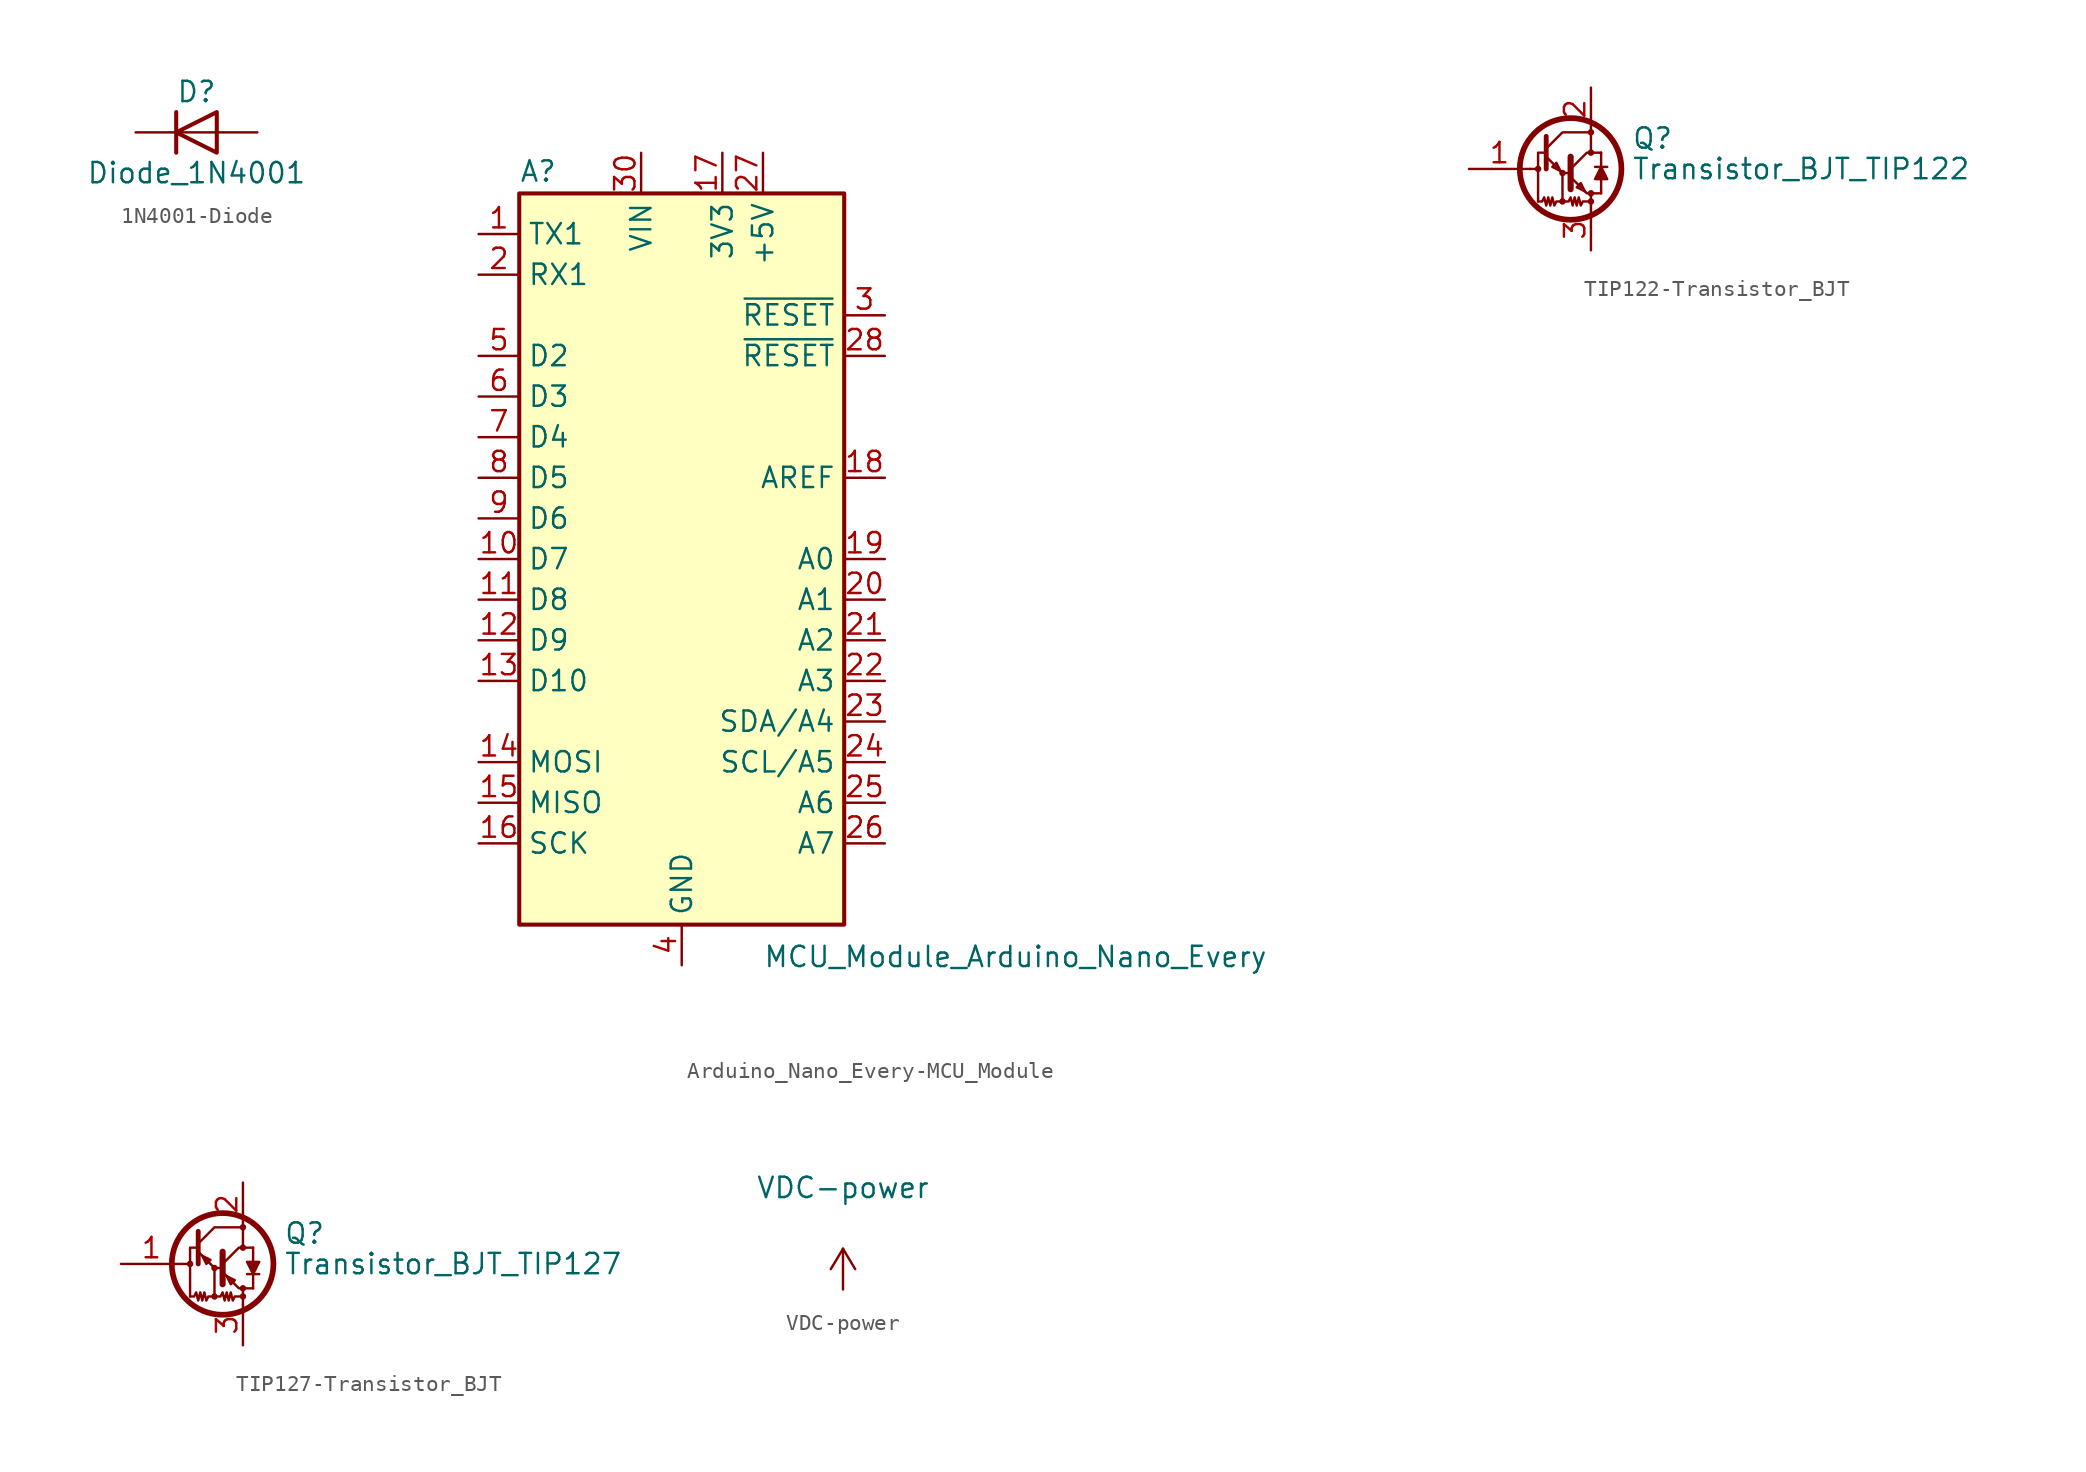
<source format=kicad_sym>
(kicad_symbol_lib
  (version 20220914)
  (generator kicad_symbol_editor)
  (symbol "1N4001-Diode"
    (pin_numbers hide)
    (pin_names
      (offset 1.016) hide)
    (property "Reference" "D"
      (at 0 2.54 0)
      (effects (font (size 1.27 1.27))))
    (property "Value" "Diode_1N4001"
      (at 0 -2.54 0)
      (effects (font (size 1.27 1.27))))
    (symbol "1N4001-Diode_0_1"
      (polyline (pts (xy -1.27 1.27) (xy -1.27 -1.27)) (stroke (width 0.254) (type solid)) (fill (type none)))
      (polyline (pts (xy 1.27 0) (xy -1.27 0)) (stroke (width 0) (type solid)) (fill (type none)))
      (polyline (pts (xy 1.27 1.27) (xy 1.27 -1.27) (xy -1.27 0) (xy 1.27 1.27)) (stroke (width 0.254) (type solid)) (fill (type none))))
    (symbol "1N4001-Diode_1_1"
      (pin passive line (at -3.81 0 0) (length 2.54) (name "K" (effects (font (size 1.27 1.27)))) (number "1" (effects (font (size 1.27 1.27)))))
      (pin passive line (at 3.81 0 180) (length 2.54) (name "A" (effects (font (size 1.27 1.27)))) (number "2" (effects (font (size 1.27 1.27)))))))
  (symbol "Arduino_Nano_Every-MCU_Module"
    (property "Reference" "A"
      (at -10.16 23.495 0)
      (effects (font (size 1.27 1.27)) (justify left bottom)))
    (property "Value" "MCU_Module_Arduino_Nano_Every"
      (at 5.08 -24.13 0)
      (effects (font (size 1.27 1.27)) (justify left top)))
    (symbol "Arduino_Nano_Every-MCU_Module_0_1"
      (rectangle (start -10.16 22.86) (end 10.16 -22.86) (stroke (width 0.254) (type solid)) (fill (type background))))
    (symbol "Arduino_Nano_Every-MCU_Module_1_1"
      (pin bidirectional line (at -12.7 20.32 0) (length 2.54) (name "TX1" (effects (font (size 1.27 1.27)))) (number "1" (effects (font (size 1.27 1.27)))))
      (pin bidirectional line (at -12.7 0 0) (length 2.54) (name "D7" (effects (font (size 1.27 1.27)))) (number "10" (effects (font (size 1.27 1.27)))))
      (pin bidirectional line (at -12.7 -2.54 0) (length 2.54) (name "D8" (effects (font (size 1.27 1.27)))) (number "11" (effects (font (size 1.27 1.27)))))
      (pin bidirectional line (at -12.7 -5.08 0) (length 2.54) (name "D9" (effects (font (size 1.27 1.27)))) (number "12" (effects (font (size 1.27 1.27)))))
      (pin bidirectional line (at -12.7 -7.62 0) (length 2.54) (name "D10" (effects (font (size 1.27 1.27)))) (number "13" (effects (font (size 1.27 1.27)))))
      (pin bidirectional line (at -12.7 -12.7 0) (length 2.54) (name "MOSI" (effects (font (size 1.27 1.27)))) (number "14" (effects (font (size 1.27 1.27)))))
      (pin bidirectional line (at -12.7 -15.24 0) (length 2.54) (name "MISO" (effects (font (size 1.27 1.27)))) (number "15" (effects (font (size 1.27 1.27)))))
      (pin bidirectional line (at -12.7 -17.78 0) (length 2.54) (name "SCK" (effects (font (size 1.27 1.27)))) (number "16" (effects (font (size 1.27 1.27)))))
      (pin power_out line (at 2.54 25.4 270) (length 2.54) (name "3V3" (effects (font (size 1.27 1.27)))) (number "17" (effects (font (size 1.27 1.27)))))
      (pin input line (at 12.7 5.08 180) (length 2.54) (name "AREF" (effects (font (size 1.27 1.27)))) (number "18" (effects (font (size 1.27 1.27)))))
      (pin bidirectional line (at 12.7 0 180) (length 2.54) (name "A0" (effects (font (size 1.27 1.27)))) (number "19" (effects (font (size 1.27 1.27)))))
      (pin bidirectional line (at -12.7 17.78 0) (length 2.54) (name "RX1" (effects (font (size 1.27 1.27)))) (number "2" (effects (font (size 1.27 1.27)))))
      (pin bidirectional line (at 12.7 -2.54 180) (length 2.54) (name "A1" (effects (font (size 1.27 1.27)))) (number "20" (effects (font (size 1.27 1.27)))))
      (pin bidirectional line (at 12.7 -5.08 180) (length 2.54) (name "A2" (effects (font (size 1.27 1.27)))) (number "21" (effects (font (size 1.27 1.27)))))
      (pin bidirectional line (at 12.7 -7.62 180) (length 2.54) (name "A3" (effects (font (size 1.27 1.27)))) (number "22" (effects (font (size 1.27 1.27)))))
      (pin bidirectional line (at 12.7 -10.16 180) (length 2.54) (name "SDA/A4" (effects (font (size 1.27 1.27)))) (number "23" (effects (font (size 1.27 1.27)))))
      (pin bidirectional line (at 12.7 -12.7 180) (length 2.54) (name "SCL/A5" (effects (font (size 1.27 1.27)))) (number "24" (effects (font (size 1.27 1.27)))))
      (pin bidirectional line (at 12.7 -15.24 180) (length 2.54) (name "A6" (effects (font (size 1.27 1.27)))) (number "25" (effects (font (size 1.27 1.27)))))
      (pin bidirectional line (at 12.7 -17.78 180) (length 2.54) (name "A7" (effects (font (size 1.27 1.27)))) (number "26" (effects (font (size 1.27 1.27)))))
      (pin power_out line (at 5.08 25.4 270) (length 2.54) (name "+5V" (effects (font (size 1.27 1.27)))) (number "27" (effects (font (size 1.27 1.27)))))
      (pin input line (at 12.7 12.7 180) (length 2.54) (name "~{RESET}" (effects (font (size 1.27 1.27)))) (number "28" (effects (font (size 1.27 1.27)))))
      (pin passive line (at 0 -25.4 90) (length 2.54) hide (name "GND" (effects (font (size 1.27 1.27)))) (number "29" (effects (font (size 1.27 1.27)))))
      (pin input line (at 12.7 15.24 180) (length 2.54) (name "~{RESET}" (effects (font (size 1.27 1.27)))) (number "3" (effects (font (size 1.27 1.27)))))
      (pin power_in line (at -2.54 25.4 270) (length 2.54) (name "VIN" (effects (font (size 1.27 1.27)))) (number "30" (effects (font (size 1.27 1.27)))))
      (pin power_in line (at 0 -25.4 90) (length 2.54) (name "GND" (effects (font (size 1.27 1.27)))) (number "4" (effects (font (size 1.27 1.27)))))
      (pin bidirectional line (at -12.7 12.7 0) (length 2.54) (name "D2" (effects (font (size 1.27 1.27)))) (number "5" (effects (font (size 1.27 1.27)))))
      (pin bidirectional line (at -12.7 10.16 0) (length 2.54) (name "D3" (effects (font (size 1.27 1.27)))) (number "6" (effects (font (size 1.27 1.27)))))
      (pin bidirectional line (at -12.7 7.62 0) (length 2.54) (name "D4" (effects (font (size 1.27 1.27)))) (number "7" (effects (font (size 1.27 1.27)))))
      (pin bidirectional line (at -12.7 5.08 0) (length 2.54) (name "D5" (effects (font (size 1.27 1.27)))) (number "8" (effects (font (size 1.27 1.27)))))
      (pin bidirectional line (at -12.7 2.54 0) (length 2.54) (name "D6" (effects (font (size 1.27 1.27)))) (number "9" (effects (font (size 1.27 1.27)))))))
  (symbol "TIP122-Transistor_BJT"
    (pin_names
      (offset 0) hide)
    (property "Reference" "Q"
      (at 5.08 1.905 0)
      (effects (font (size 1.27 1.27)) (justify left)))
    (property "Value" "Transistor_BJT_TIP122"
      (at 5.08 0 0)
      (effects (font (size 1.27 1.27)) (justify left)))
    (symbol "TIP122-Transistor_BJT_0_1"
      (circle (center -0.762 0) (radius 0.127) (stroke (width 0) (type solid)) (fill (type none)))
      (polyline (pts (xy -1.27 0) (xy -0.889 0)) (stroke (width 0) (type solid)) (fill (type none)))
      (polyline (pts (xy 2.54 -2.032) (xy 2.54 -2.54)) (stroke (width 0) (type solid)) (fill (type none)))
      (polyline (pts (xy 2.54 -1.524) (xy 3.175 -1.524)) (stroke (width 0) (type solid)) (fill (type none)))
      (polyline (pts (xy 2.794 0.127) (xy 3.556 0.127)) (stroke (width 0) (type solid)) (fill (type none)))
      (polyline (pts (xy 3.175 -0.635) (xy 3.175 -1.524)) (stroke (width 0) (type solid)) (fill (type none)))
      (polyline (pts (xy 3.175 1.016) (xy 2.54 1.016)) (stroke (width 0) (type solid)) (fill (type none)))
      (polyline (pts (xy 3.175 1.016) (xy 3.175 0.127)) (stroke (width 0) (type solid)) (fill (type none)))
      (polyline (pts (xy -0.254 0.762) (xy 0.762 -0.254) (xy 1.27 -0.254)) (stroke (width 0) (type solid)) (fill (type none)))
      (polyline (pts (xy -0.254 1.016) (xy -0.762 1.016) (xy -0.762 -2.032)) (stroke (width 0) (type solid)) (fill (type none)))
      (polyline (pts (xy -0.254 1.27) (xy 0.762 2.286) (xy 2.54 2.286)) (stroke (width 0) (type solid)) (fill (type none)))
      (polyline (pts (xy -0.254 2.032) (xy -0.254 0) (xy -0.254 0)) (stroke (width 0.305) (type solid)) (fill (type none)))
      (polyline (pts (xy 1.27 0.762) (xy 1.27 -1.27) (xy 1.27 -1.27)) (stroke (width 0.381) (type solid)) (fill (type none)))
      (polyline (pts (xy 0.635 -0.127) (xy 0.381 0.381) (xy 0.127 0.127) (xy 0.635 -0.127)) (stroke (width 0) (type solid)) (fill (type none)))
      (polyline (pts (xy 1.27 -0.508) (xy 2.286 -1.524) (xy 2.54 -1.524) (xy 2.54 -2.032)) (stroke (width 0) (type solid)) (fill (type none)))
      (polyline (pts (xy 1.27 0) (xy 2.286 1.016) (xy 2.54 1.016) (xy 2.54 2.286)) (stroke (width 0) (type solid)) (fill (type none)))
      (polyline (pts (xy 2.159 -1.397) (xy 1.905 -0.889) (xy 1.651 -1.143) (xy 2.159 -1.397)) (stroke (width 0) (type solid)) (fill (type none)))
      (polyline (pts (xy 3.175 0.127) (xy 2.794 -0.635) (xy 3.556 -0.635) (xy 3.175 0.127)) (stroke (width 0) (type solid)) (fill (type outline)))
      (polyline (pts (xy 0.762 -2.032) (xy 0.381 -2.032) (xy 0.254 -2.286) (xy 0.127 -1.778) (xy 0 -2.286) (xy -0.127 -1.778) (xy -0.254 -2.286) (xy -0.381 -1.778) (xy -0.508 -2.032) (xy -0.762 -2.032)) (stroke (width 0) (type solid)) (fill (type none)))
      (polyline (pts (xy 0.762 -0.254) (xy 0.762 -2.032) (xy 1.143 -2.032) (xy 1.27 -1.778) (xy 1.397 -2.286) (xy 1.524 -1.778) (xy 1.651 -2.286) (xy 1.778 -1.778) (xy 1.905 -2.286) (xy 2.032 -2.032) (xy 2.54 -2.032)) (stroke (width 0) (type solid)) (fill (type none)))
      (circle (center 0.762 -2.032) (radius 0.127) (stroke (width 0) (type solid)) (fill (type none)))
      (circle (center 0.762 -0.254) (radius 0.127) (stroke (width 0) (type solid)) (fill (type none)))
      (circle (center 1.27 0) (radius 3.175) (stroke (width 0.356) (type solid)) (fill (type none)))
      (circle (center 2.54 -2.032) (radius 0.127) (stroke (width 0) (type solid)) (fill (type none)))
      (circle (center 2.54 -1.524) (radius 0.127) (stroke (width 0) (type solid)) (fill (type none)))
      (circle (center 2.54 1.016) (radius 0.127) (stroke (width 0) (type solid)) (fill (type none)))
      (circle (center 2.54 2.286) (radius 0.127) (stroke (width 0) (type solid)) (fill (type none))))
    (symbol "TIP122-Transistor_BJT_1_1"
      (pin input line (at -5.08 0 0) (length 3.81) (name "B" (effects (font (size 1.27 1.27)))) (number "1" (effects (font (size 1.27 1.27)))))
      (pin passive line (at 2.54 5.08 270) (length 2.667) (name "C" (effects (font (size 1.27 1.27)))) (number "2" (effects (font (size 1.27 1.27)))))
      (pin passive line (at 2.54 -5.08 90) (length 2.54) (name "E" (effects (font (size 1.27 1.27)))) (number "3" (effects (font (size 1.27 1.27)))))))
  (symbol "TIP127-Transistor_BJT"
    (pin_names
      (offset 0) hide)
    (property "Reference" "Q"
      (at 5.08 1.905 0)
      (effects (font (size 1.27 1.27)) (justify left)))
    (property "Value" "Transistor_BJT_TIP127"
      (at 5.08 0 0)
      (effects (font (size 1.27 1.27)) (justify left)))
    (symbol "TIP127-Transistor_BJT_0_1"
      (circle (center -0.762 0) (radius 0.127) (stroke (width 0) (type solid)) (fill (type none)))
      (polyline (pts (xy -1.27 0) (xy -0.889 0)) (stroke (width 0) (type solid)) (fill (type none)))
      (polyline (pts (xy 2.54 -2.032) (xy 2.54 -2.54)) (stroke (width 0) (type solid)) (fill (type none)))
      (polyline (pts (xy 2.54 -1.524) (xy 3.175 -1.524)) (stroke (width 0) (type solid)) (fill (type none)))
      (polyline (pts (xy 2.794 -0.635) (xy 3.556 -0.635)) (stroke (width 0) (type solid)) (fill (type none)))
      (polyline (pts (xy 3.175 -1.524) (xy 3.175 -0.635)) (stroke (width 0) (type solid)) (fill (type none)))
      (polyline (pts (xy 3.175 0.127) (xy 3.175 1.016)) (stroke (width 0) (type solid)) (fill (type none)))
      (polyline (pts (xy 3.175 1.016) (xy 2.54 1.016)) (stroke (width 0) (type solid)) (fill (type none)))
      (polyline (pts (xy -0.254 0.762) (xy 0.762 -0.254) (xy 1.27 -0.254)) (stroke (width 0) (type solid)) (fill (type none)))
      (polyline (pts (xy -0.254 1.016) (xy -0.762 1.016) (xy -0.762 -2.032)) (stroke (width 0) (type solid)) (fill (type none)))
      (polyline (pts (xy -0.254 1.27) (xy 0.762 2.286) (xy 2.54 2.286)) (stroke (width 0) (type solid)) (fill (type none)))
      (polyline (pts (xy -0.254 2.032) (xy -0.254 0) (xy -0.254 0)) (stroke (width 0.305) (type solid)) (fill (type none)))
      (polyline (pts (xy 1.27 0.762) (xy 1.27 -1.27) (xy 1.27 -1.27)) (stroke (width 0.381) (type solid)) (fill (type none)))
      (polyline (pts (xy 0 0.508) (xy 0.254 0) (xy 0.508 0.254) (xy 0 0.508)) (stroke (width 0) (type solid)) (fill (type none)))
      (polyline (pts (xy 1.27 -0.508) (xy 2.286 -1.524) (xy 2.54 -1.524) (xy 2.54 -2.032)) (stroke (width 0) (type solid)) (fill (type none)))
      (polyline (pts (xy 1.27 0) (xy 2.286 1.016) (xy 2.54 1.016) (xy 2.54 2.286)) (stroke (width 0) (type solid)) (fill (type none)))
      (polyline (pts (xy 1.524 -0.762) (xy 1.778 -1.27) (xy 2.032 -1.016) (xy 1.524 -0.762)) (stroke (width 0) (type solid)) (fill (type none)))
      (polyline (pts (xy 3.175 -0.635) (xy 2.794 0.127) (xy 3.556 0.127) (xy 3.175 -0.635)) (stroke (width 0) (type solid)) (fill (type outline)))
      (polyline (pts (xy 0.762 -2.032) (xy 0.381 -2.032) (xy 0.254 -2.286) (xy 0.127 -1.778) (xy 0 -2.286) (xy -0.127 -1.778) (xy -0.254 -2.286) (xy -0.381 -1.778) (xy -0.508 -2.032) (xy -0.762 -2.032)) (stroke (width 0) (type solid)) (fill (type none)))
      (polyline (pts (xy 0.762 -0.254) (xy 0.762 -2.032) (xy 1.143 -2.032) (xy 1.27 -1.778) (xy 1.397 -2.286) (xy 1.524 -1.778) (xy 1.651 -2.286) (xy 1.778 -1.778) (xy 1.905 -2.286) (xy 2.032 -2.032) (xy 2.54 -2.032)) (stroke (width 0) (type solid)) (fill (type none)))
      (circle (center 0.762 -2.032) (radius 0.127) (stroke (width 0) (type solid)) (fill (type none)))
      (circle (center 0.762 -0.254) (radius 0.127) (stroke (width 0) (type solid)) (fill (type none)))
      (circle (center 1.27 0) (radius 3.175) (stroke (width 0.356) (type solid)) (fill (type none)))
      (circle (center 2.54 -2.032) (radius 0.127) (stroke (width 0) (type solid)) (fill (type none)))
      (circle (center 2.54 -1.524) (radius 0.127) (stroke (width 0) (type solid)) (fill (type none)))
      (circle (center 2.54 1.016) (radius 0.127) (stroke (width 0) (type solid)) (fill (type none)))
      (circle (center 2.54 2.286) (radius 0.127) (stroke (width 0) (type solid)) (fill (type none))))
    (symbol "TIP127-Transistor_BJT_1_1"
      (pin input line (at -5.08 0 0) (length 3.81) (name "B" (effects (font (size 1.27 1.27)))) (number "1" (effects (font (size 1.27 1.27)))))
      (pin passive line (at 2.54 5.08 270) (length 2.667) (name "C" (effects (font (size 1.27 1.27)))) (number "2" (effects (font (size 1.27 1.27)))))
      (pin passive line (at 2.54 -5.08 90) (length 2.54) (name "E" (effects (font (size 1.27 1.27)))) (number "3" (effects (font (size 1.27 1.27)))))))
  (symbol "VDC-power"
    (power)
    (pin_names
      (offset 0))
    (property "Reference" "#PWR"
      (at 0 -2.54 0)
      (effects (font (size 1.27 1.27)) hide))
    (property "Value" "VDC-power"
      (at 0 6.35 0)
      (effects (font (size 1.27 1.27))))
    (symbol "VDC-power_0_1"
      (polyline (pts (xy -0.762 1.27) (xy 0 2.54)) (stroke (width 0) (type solid)) (fill (type none)))
      (polyline (pts (xy 0 0) (xy 0 2.54)) (stroke (width 0) (type solid)) (fill (type none)))
      (polyline (pts (xy 0 2.54) (xy 0.762 1.27)) (stroke (width 0) (type solid)) (fill (type none))))
    (symbol "VDC-power_1_1"
      (pin power_in line (at 0 0 90) (length 0) hide (name "VDC" (effects (font (size 1.27 1.27)))) (number "1" (effects (font (size 1.27 1.27))))))))
</source>
